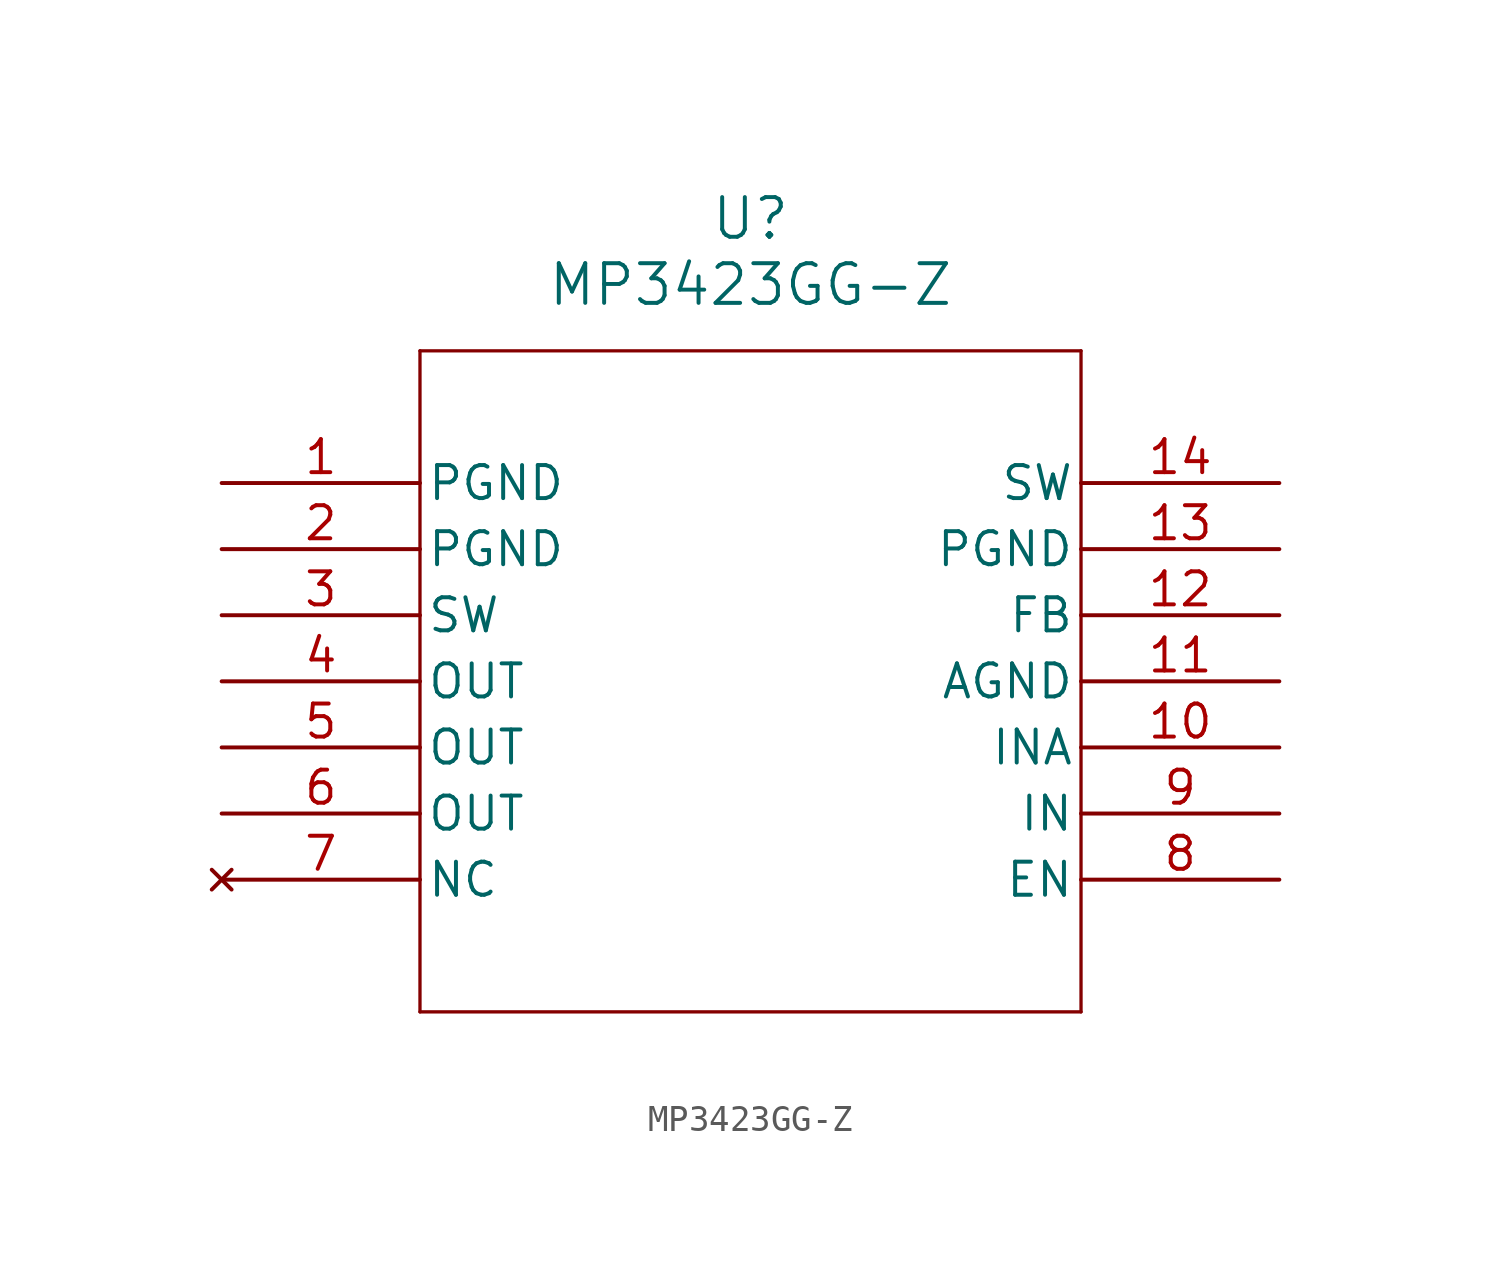
<source format=kicad_sym>
(kicad_symbol_lib
  (version 20211014)
  (generator kicad_symbol_editor)
  (symbol "MP3423GG-Z"
    (pin_names
      (offset 0.254))
    (property "Reference" "U"
      (at 20.32 10.16 0)
      (effects (font (size 1.524 1.524))))
    (property "Value" "MP3423GG-Z"
      (at 20.32 7.62 0)
      (effects (font (size 1.524 1.524))))
    (symbol "MP3423GG-Z_0_1"
      (polyline (pts (xy 7.62 5.08) (xy 7.62 -20.32)) (stroke (width 0.127) (type default) (color 0 0 0 0)) (fill (type none)))
      (polyline (pts (xy 7.62 -20.32) (xy 33.02 -20.32)) (stroke (width 0.127) (type default) (color 0 0 0 0)) (fill (type none)))
      (polyline (pts (xy 33.02 -20.32) (xy 33.02 5.08)) (stroke (width 0.127) (type default) (color 0 0 0 0)) (fill (type none)))
      (polyline (pts (xy 33.02 5.08) (xy 7.62 5.08)) (stroke (width 0.127) (type default) (color 0 0 0 0)) (fill (type none)))
      (pin power_in line (at 0 0 0) (length 7.62) (name "PGND" (effects (font (size 1.27 1.27)))) (number "1" (effects (font (size 1.27 1.27)))))
      (pin power_in line (at 0 -2.54 0) (length 7.62) (name "PGND" (effects (font (size 1.27 1.27)))) (number "2" (effects (font (size 1.27 1.27)))))
      (pin output line (at 0 -5.08 0) (length 7.62) (name "SW" (effects (font (size 1.27 1.27)))) (number "3" (effects (font (size 1.27 1.27)))))
      (pin output line (at 0 -7.62 0) (length 7.62) (name "OUT" (effects (font (size 1.27 1.27)))) (number "4" (effects (font (size 1.27 1.27)))))
      (pin output line (at 0 -10.16 0) (length 7.62) (name "OUT" (effects (font (size 1.27 1.27)))) (number "5" (effects (font (size 1.27 1.27)))))
      (pin output line (at 0 -12.7 0) (length 7.62) (name "OUT" (effects (font (size 1.27 1.27)))) (number "6" (effects (font (size 1.27 1.27)))))
      (pin no_connect line (at 0 -15.24 0) (length 7.62) (name "NC" (effects (font (size 1.27 1.27)))) (number "7" (effects (font (size 1.27 1.27)))))
      (pin input line (at 40.64 -15.24 180) (length 7.62) (name "EN" (effects (font (size 1.27 1.27)))) (number "8" (effects (font (size 1.27 1.27)))))
      (pin power_in line (at 40.64 -12.7 180) (length 7.62) (name "IN" (effects (font (size 1.27 1.27)))) (number "9" (effects (font (size 1.27 1.27)))))
      (pin power_in line (at 40.64 -10.16 180) (length 7.62) (name "INA" (effects (font (size 1.27 1.27)))) (number "10" (effects (font (size 1.27 1.27)))))
      (pin power_in line (at 40.64 -7.62 180) (length 7.62) (name "AGND" (effects (font (size 1.27 1.27)))) (number "11" (effects (font (size 1.27 1.27)))))
      (pin input line (at 40.64 -5.08 180) (length 7.62) (name "FB" (effects (font (size 1.27 1.27)))) (number "12" (effects (font (size 1.27 1.27)))))
      (pin power_in line (at 40.64 -2.54 180) (length 7.62) (name "PGND" (effects (font (size 1.27 1.27)))) (number "13" (effects (font (size 1.27 1.27)))))
      (pin output line (at 40.64 0 180) (length 7.62) (name "SW" (effects (font (size 1.27 1.27)))) (number "14" (effects (font (size 1.27 1.27))))))))
</source>
